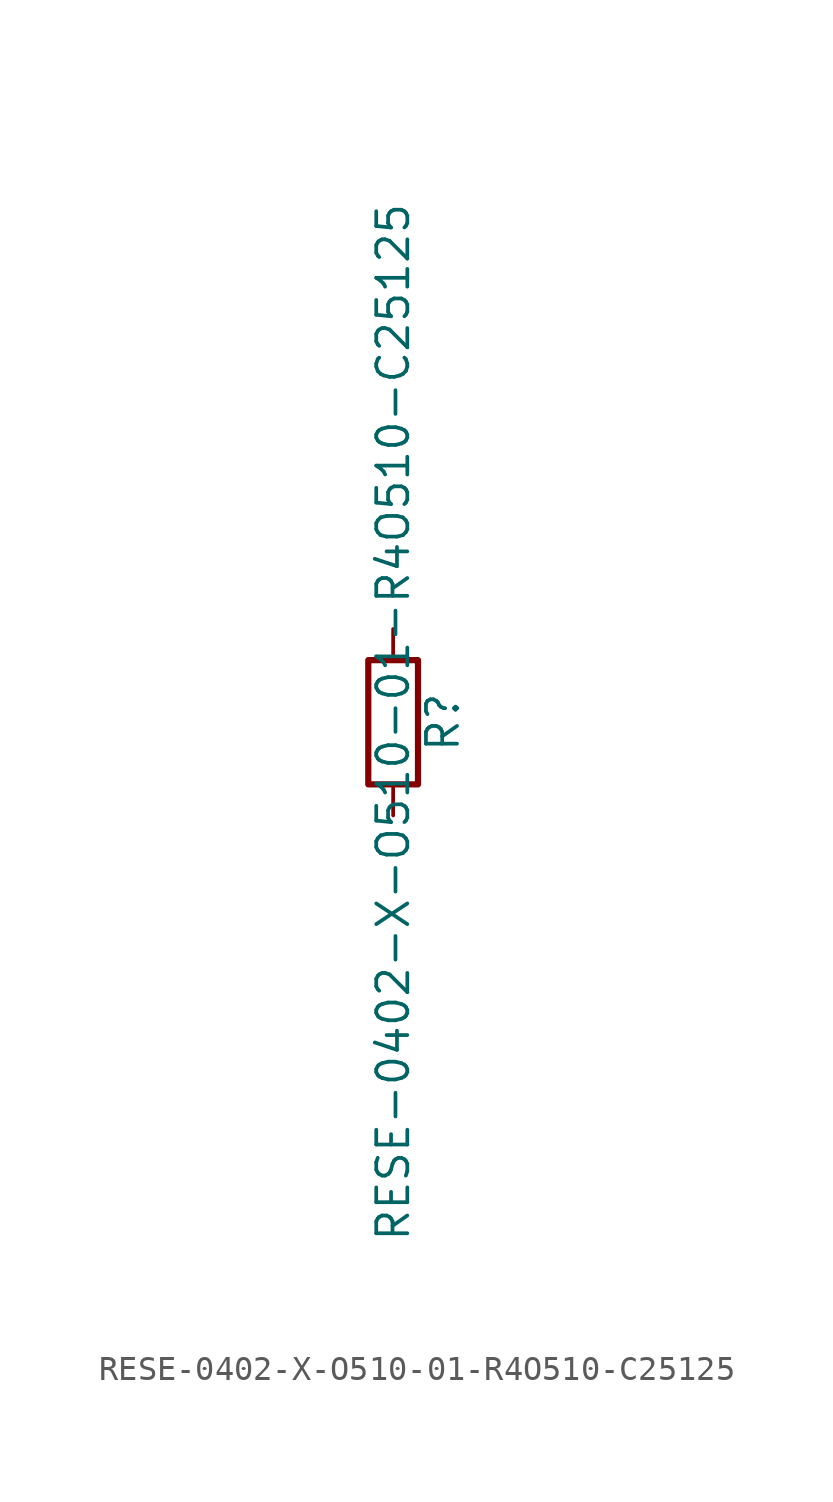
<source format=kicad_sym>
(kicad_symbol_lib
  (version 20211014)
  (generator kicad_symbol_editor)
  (symbol "RESE-0402-X-O510-01-R4O510-C25125"
    (pin_numbers hide)
    (pin_names
      (offset 0))
    (property "Reference" "R"
      (at 2.032 0 90)
      (effects (font (size 1.27 1.27))))
    (property "Value" "RESE-0402-X-O510-01-R4O510-C25125"
      (at 0 0 90)
      (effects (font (size 1.27 1.27))))
    (symbol "RESE-0402-X-O510-01-R4O510-C25125_0_1"
      (rectangle (start -1.016 -2.54) (end 1.016 2.54) (stroke (width 0.254) (type default) (color 0 0 0 0)) (fill (type none))))
    (symbol "RESE-0402-X-O510-01-R4O510-C25125_1_1"
      (pin passive line (at 0 3.81 270) (length 1.27) (name "~" (effects (font (size 1.27 1.27)))) (number "1" (effects (font (size 1.27 1.27)))))
      (pin passive line (at 0 -3.81 90) (length 1.27) (name "~" (effects (font (size 1.27 1.27)))) (number "2" (effects (font (size 1.27 1.27))))))))
</source>
